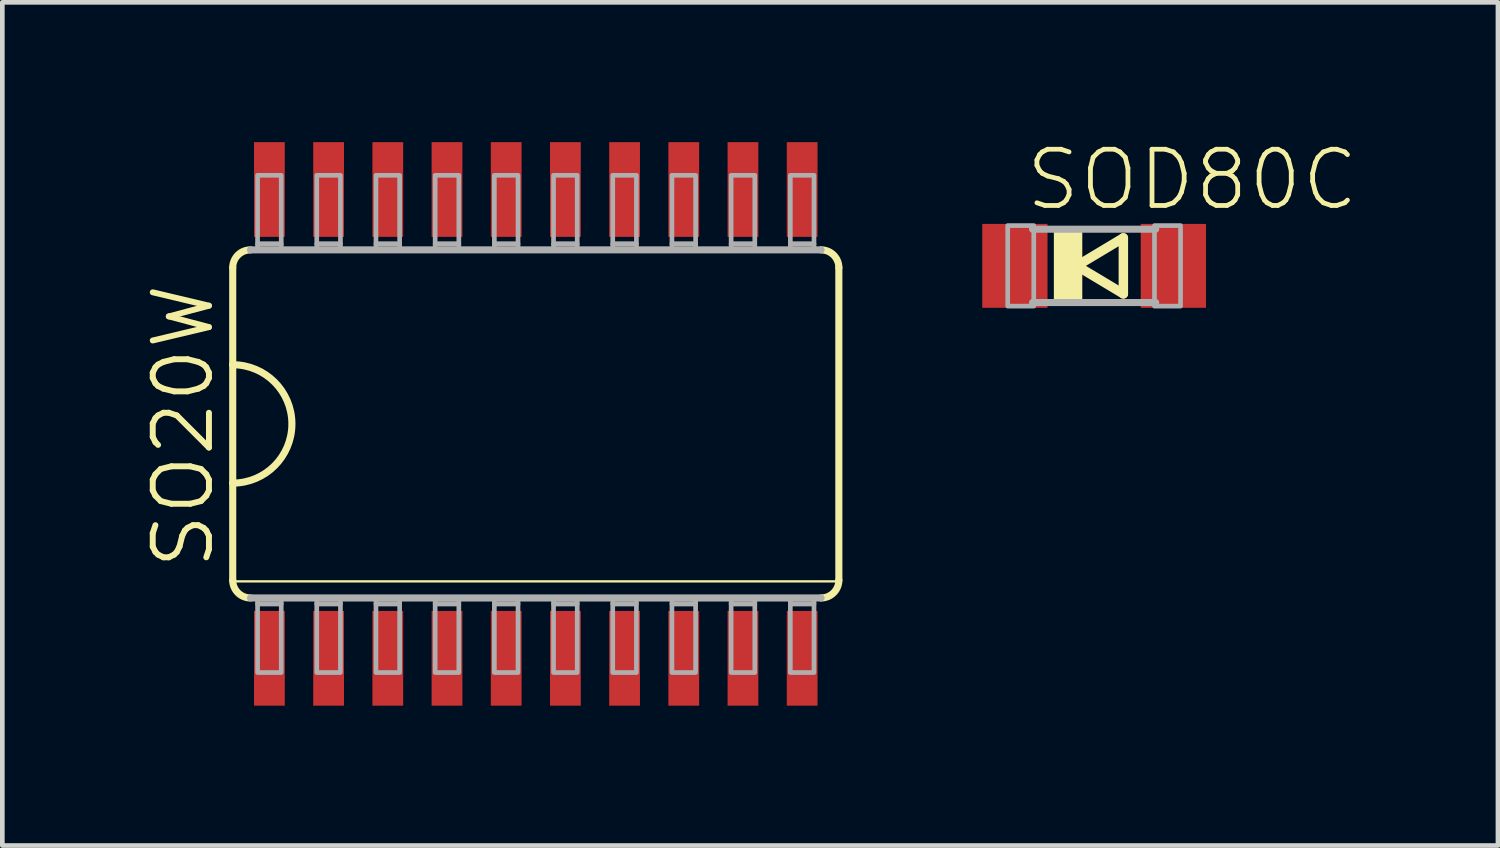
<source format=kicad_pcb>
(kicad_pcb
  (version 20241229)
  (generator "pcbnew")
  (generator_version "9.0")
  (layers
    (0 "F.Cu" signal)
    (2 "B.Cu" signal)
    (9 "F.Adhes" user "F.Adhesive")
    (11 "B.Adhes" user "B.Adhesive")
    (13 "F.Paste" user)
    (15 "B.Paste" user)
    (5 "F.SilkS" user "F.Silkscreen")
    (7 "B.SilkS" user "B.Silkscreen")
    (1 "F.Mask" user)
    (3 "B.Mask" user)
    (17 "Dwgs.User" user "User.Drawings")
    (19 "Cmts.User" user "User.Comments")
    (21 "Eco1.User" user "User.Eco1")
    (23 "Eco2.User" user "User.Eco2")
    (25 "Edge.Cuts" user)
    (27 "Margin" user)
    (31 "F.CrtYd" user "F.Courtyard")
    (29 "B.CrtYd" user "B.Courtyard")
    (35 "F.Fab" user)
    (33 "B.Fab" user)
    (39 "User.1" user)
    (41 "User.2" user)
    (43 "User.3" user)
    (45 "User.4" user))
  (footprint "SO20W"
    (layer "F.Cu")
    (at 8.445 6.045)
    (property "Reference" "SO20W" (at -6.858 3.175 90) (layer "F.SilkS") (effects (font (size 1.206 1.206) (thickness 0.127)) (justify left bottom)))
    (attr through_hole)
    (fp_line (start -6.502 -3.353) (end -6.502 -1.27) (stroke (width 0.152) (type solid)) (layer "F.SilkS"))
    (fp_line (start -6.502 -1.27) (end -6.502 1.27) (stroke (width 0.152) (type solid)) (layer "F.SilkS"))
    (fp_line (start -6.502 1.27) (end -6.502 3.353) (stroke (width 0.152) (type solid)) (layer "F.SilkS"))
    (fp_line (start -6.477 3.378) (end 6.477 3.378) (stroke (width 0.051) (type solid)) (layer "F.SilkS"))
    (fp_line (start 6.502 3.353) (end 6.502 -3.353) (stroke (width 0.152) (type solid)) (layer "F.SilkS"))
    (fp_arc (start -6.5024 -3.3528) (mid -6.390808 -3.622208) (end -6.1214 -3.7338) (stroke (width 0.1524) (type solid)) (layer "F.SilkS"))
    (fp_arc (start -6.5024 -1.27) (mid -5.2324 0) (end -6.5024 1.27) (stroke (width 0.1524) (type solid)) (layer "F.SilkS"))
    (fp_arc (start -6.1214 3.7338) (mid -6.390808 3.622208) (end -6.5024 3.3528) (stroke (width 0.1524) (type solid)) (layer "F.SilkS"))
    (fp_arc (start 6.1214 -3.7338) (mid 6.390808 -3.622208) (end 6.5024 -3.3528) (stroke (width 0.1524) (type solid)) (layer "F.SilkS"))
    (fp_arc (start 6.5024 3.3528) (mid 6.390808 3.622208) (end 6.1214 3.7338) (stroke (width 0.1524) (type solid)) (layer "F.SilkS"))
    (fp_line (start -6.121 3.734) (end 6.121 3.734) (stroke (width 0.152) (type solid)) (layer "F.Fab"))
    (fp_line (start 6.121 -3.734) (end -6.121 -3.734) (stroke (width 0.152) (type solid)) (layer "F.Fab"))
    (fp_poly (pts (xy -5.969 -3.861) (xy -5.461 -3.861) (xy -5.461 -5.334) (xy -5.969 -5.334)) (stroke (width 0.1) (type solid)) (fill no) (layer "F.Fab"))
    (fp_poly (pts (xy -5.969 -3.734) (xy -5.461 -3.734) (xy -5.461 -3.861) (xy -5.969 -3.861)) (stroke (width 0.1) (type solid)) (fill no) (layer "F.Fab"))
    (fp_poly (pts (xy -5.969 3.861) (xy -5.461 3.861) (xy -5.461 3.734) (xy -5.969 3.734)) (stroke (width 0.1) (type solid)) (fill no) (layer "F.Fab"))
    (fp_poly (pts (xy -5.969 5.334) (xy -5.461 5.334) (xy -5.461 3.861) (xy -5.969 3.861)) (stroke (width 0.1) (type solid)) (fill no) (layer "F.Fab"))
    (fp_poly (pts (xy -4.699 -3.861) (xy -4.191 -3.861) (xy -4.191 -5.334) (xy -4.699 -5.334)) (stroke (width 0.1) (type solid)) (fill no) (layer "F.Fab"))
    (fp_poly (pts (xy -4.699 -3.734) (xy -4.191 -3.734) (xy -4.191 -3.861) (xy -4.699 -3.861)) (stroke (width 0.1) (type solid)) (fill no) (layer "F.Fab"))
    (fp_poly (pts (xy -4.699 3.861) (xy -4.191 3.861) (xy -4.191 3.734) (xy -4.699 3.734)) (stroke (width 0.1) (type solid)) (fill no) (layer "F.Fab"))
    (fp_poly (pts (xy -4.699 5.334) (xy -4.191 5.334) (xy -4.191 3.861) (xy -4.699 3.861)) (stroke (width 0.1) (type solid)) (fill no) (layer "F.Fab"))
    (fp_poly (pts (xy -3.429 -3.861) (xy -2.921 -3.861) (xy -2.921 -5.334) (xy -3.429 -5.334)) (stroke (width 0.1) (type solid)) (fill no) (layer "F.Fab"))
    (fp_poly (pts (xy -3.429 -3.734) (xy -2.921 -3.734) (xy -2.921 -3.861) (xy -3.429 -3.861)) (stroke (width 0.1) (type solid)) (fill no) (layer "F.Fab"))
    (fp_poly (pts (xy -3.429 3.861) (xy -2.921 3.861) (xy -2.921 3.734) (xy -3.429 3.734)) (stroke (width 0.1) (type solid)) (fill no) (layer "F.Fab"))
    (fp_poly (pts (xy -3.429 5.334) (xy -2.921 5.334) (xy -2.921 3.861) (xy -3.429 3.861)) (stroke (width 0.1) (type solid)) (fill no) (layer "F.Fab"))
    (fp_poly (pts (xy -2.159 -3.861) (xy -1.651 -3.861) (xy -1.651 -5.334) (xy -2.159 -5.334)) (stroke (width 0.1) (type solid)) (fill no) (layer "F.Fab"))
    (fp_poly (pts (xy -2.159 -3.734) (xy -1.651 -3.734) (xy -1.651 -3.861) (xy -2.159 -3.861)) (stroke (width 0.1) (type solid)) (fill no) (layer "F.Fab"))
    (fp_poly (pts (xy -2.159 3.861) (xy -1.651 3.861) (xy -1.651 3.734) (xy -2.159 3.734)) (stroke (width 0.1) (type solid)) (fill no) (layer "F.Fab"))
    (fp_poly (pts (xy -2.159 5.334) (xy -1.651 5.334) (xy -1.651 3.861) (xy -2.159 3.861)) (stroke (width 0.1) (type solid)) (fill no) (layer "F.Fab"))
    (fp_poly (pts (xy -0.889 -3.861) (xy -0.381 -3.861) (xy -0.381 -5.334) (xy -0.889 -5.334)) (stroke (width 0.1) (type solid)) (fill no) (layer "F.Fab"))
    (fp_poly (pts (xy -0.889 -3.734) (xy -0.381 -3.734) (xy -0.381 -3.861) (xy -0.889 -3.861)) (stroke (width 0.1) (type solid)) (fill no) (layer "F.Fab"))
    (fp_poly (pts (xy -0.889 3.861) (xy -0.381 3.861) (xy -0.381 3.734) (xy -0.889 3.734)) (stroke (width 0.1) (type solid)) (fill no) (layer "F.Fab"))
    (fp_poly (pts (xy -0.889 5.334) (xy -0.381 5.334) (xy -0.381 3.861) (xy -0.889 3.861)) (stroke (width 0.1) (type solid)) (fill no) (layer "F.Fab"))
    (fp_poly (pts (xy 0.381 -3.861) (xy 0.889 -3.861) (xy 0.889 -5.334) (xy 0.381 -5.334)) (stroke (width 0.1) (type solid)) (fill no) (layer "F.Fab"))
    (fp_poly (pts (xy 0.381 -3.734) (xy 0.889 -3.734) (xy 0.889 -3.861) (xy 0.381 -3.861)) (stroke (width 0.1) (type solid)) (fill no) (layer "F.Fab"))
    (fp_poly (pts (xy 0.381 3.861) (xy 0.889 3.861) (xy 0.889 3.734) (xy 0.381 3.734)) (stroke (width 0.1) (type solid)) (fill no) (layer "F.Fab"))
    (fp_poly (pts (xy 0.381 5.334) (xy 0.889 5.334) (xy 0.889 3.861) (xy 0.381 3.861)) (stroke (width 0.1) (type solid)) (fill no) (layer "F.Fab"))
    (fp_poly (pts (xy 1.651 -3.861) (xy 2.159 -3.861) (xy 2.159 -5.334) (xy 1.651 -5.334)) (stroke (width 0.1) (type solid)) (fill no) (layer "F.Fab"))
    (fp_poly (pts (xy 1.651 -3.734) (xy 2.159 -3.734) (xy 2.159 -3.861) (xy 1.651 -3.861)) (stroke (width 0.1) (type solid)) (fill no) (layer "F.Fab"))
    (fp_poly (pts (xy 1.651 3.861) (xy 2.159 3.861) (xy 2.159 3.734) (xy 1.651 3.734)) (stroke (width 0.1) (type solid)) (fill no) (layer "F.Fab"))
    (fp_poly (pts (xy 1.651 5.334) (xy 2.159 5.334) (xy 2.159 3.861) (xy 1.651 3.861)) (stroke (width 0.1) (type solid)) (fill no) (layer "F.Fab"))
    (fp_poly (pts (xy 2.921 -3.861) (xy 3.429 -3.861) (xy 3.429 -5.334) (xy 2.921 -5.334)) (stroke (width 0.1) (type solid)) (fill no) (layer "F.Fab"))
    (fp_poly (pts (xy 2.921 -3.734) (xy 3.429 -3.734) (xy 3.429 -3.861) (xy 2.921 -3.861)) (stroke (width 0.1) (type solid)) (fill no) (layer "F.Fab"))
    (fp_poly (pts (xy 2.921 3.861) (xy 3.429 3.861) (xy 3.429 3.734) (xy 2.921 3.734)) (stroke (width 0.1) (type solid)) (fill no) (layer "F.Fab"))
    (fp_poly (pts (xy 2.921 5.334) (xy 3.429 5.334) (xy 3.429 3.861) (xy 2.921 3.861)) (stroke (width 0.1) (type solid)) (fill no) (layer "F.Fab"))
    (fp_poly (pts (xy 4.191 -3.861) (xy 4.699 -3.861) (xy 4.699 -5.334) (xy 4.191 -5.334)) (stroke (width 0.1) (type solid)) (fill no) (layer "F.Fab"))
    (fp_poly (pts (xy 4.191 -3.734) (xy 4.699 -3.734) (xy 4.699 -3.861) (xy 4.191 -3.861)) (stroke (width 0.1) (type solid)) (fill no) (layer "F.Fab"))
    (fp_poly (pts (xy 4.191 3.861) (xy 4.699 3.861) (xy 4.699 3.734) (xy 4.191 3.734)) (stroke (width 0.1) (type solid)) (fill no) (layer "F.Fab"))
    (fp_poly (pts (xy 4.191 5.334) (xy 4.699 5.334) (xy 4.699 3.861) (xy 4.191 3.861)) (stroke (width 0.1) (type solid)) (fill no) (layer "F.Fab"))
    (fp_poly (pts (xy 5.461 -3.861) (xy 5.969 -3.861) (xy 5.969 -5.334) (xy 5.461 -5.334)) (stroke (width 0.1) (type solid)) (fill no) (layer "F.Fab"))
    (fp_poly (pts (xy 5.461 -3.734) (xy 5.969 -3.734) (xy 5.969 -3.861) (xy 5.461 -3.861)) (stroke (width 0.1) (type solid)) (fill no) (layer "F.Fab"))
    (fp_poly (pts (xy 5.461 3.861) (xy 5.969 3.861) (xy 5.969 3.734) (xy 5.461 3.734)) (stroke (width 0.1) (type solid)) (fill no) (layer "F.Fab"))
    (fp_poly (pts (xy 5.461 5.334) (xy 5.969 5.334) (xy 5.969 3.861) (xy 5.461 3.861)) (stroke (width 0.1) (type solid)) (fill no) (layer "F.Fab"))
    (pad "1" smd rect (at -5.715 5.029) (size 0.66 2.032) (layers "F.Cu" "F.Mask" "F.Paste"))
    (pad "2" smd rect (at -4.445 5.029) (size 0.66 2.032) (layers "F.Cu" "F.Mask" "F.Paste"))
    (pad "3" smd rect (at -3.175 5.029) (size 0.66 2.032) (layers "F.Cu" "F.Mask" "F.Paste"))
    (pad "4" smd rect (at -1.905 5.029) (size 0.66 2.032) (layers "F.Cu" "F.Mask" "F.Paste"))
    (pad "5" smd rect (at -0.635 5.029) (size 0.66 2.032) (layers "F.Cu" "F.Mask" "F.Paste"))
    (pad "6" smd rect (at 0.635 5.029) (size 0.66 2.032) (layers "F.Cu" "F.Mask" "F.Paste"))
    (pad "7" smd rect (at 1.905 5.029) (size 0.66 2.032) (layers "F.Cu" "F.Mask" "F.Paste"))
    (pad "8" smd rect (at 3.175 5.029) (size 0.66 2.032) (layers "F.Cu" "F.Mask" "F.Paste"))
    (pad "9" smd rect (at 4.445 5.029) (size 0.66 2.032) (layers "F.Cu" "F.Mask" "F.Paste"))
    (pad "10" smd rect (at 5.715 5.029) (size 0.66 2.032) (layers "F.Cu" "F.Mask" "F.Paste"))
    (pad "11" smd rect (at 5.715 -5.029) (size 0.66 2.032) (layers "F.Cu" "F.Mask" "F.Paste"))
    (pad "12" smd rect (at 4.445 -5.029) (size 0.66 2.032) (layers "F.Cu" "F.Mask" "F.Paste"))
    (pad "13" smd rect (at 3.175 -5.029) (size 0.66 2.032) (layers "F.Cu" "F.Mask" "F.Paste"))
    (pad "14" smd rect (at 1.905 -5.029) (size 0.66 2.032) (layers "F.Cu" "F.Mask" "F.Paste"))
    (pad "15" smd rect (at 0.635 -5.029) (size 0.66 2.032) (layers "F.Cu" "F.Mask" "F.Paste"))
    (pad "16" smd rect (at -0.635 -5.029) (size 0.66 2.032) (layers "F.Cu" "F.Mask" "F.Paste"))
    (pad "17" smd rect (at -1.905 -5.029) (size 0.66 2.032) (layers "F.Cu" "F.Mask" "F.Paste"))
    (pad "18" smd rect (at -3.175 -5.029) (size 0.66 2.032) (layers "F.Cu" "F.Mask" "F.Paste"))
    (pad "19" smd rect (at -4.445 -5.029) (size 0.66 2.032) (layers "F.Cu" "F.Mask" "F.Paste"))
    (pad "20" smd rect (at -5.715 -5.029) (size 0.66 2.032) (layers "F.Cu" "F.Mask" "F.Paste")))
  (footprint "SOD80C"
    (layer "F.Cu")
    (at 20.424 2.654)
    (property "Reference" "SOD80C" (at -1.524 -1.143 0) (layer "F.SilkS") (effects (font (size 1.206 1.206) (thickness 0.102)) (justify left bottom)))
    (attr through_hole)
    (fp_line (start -0.373 0) (end 0.627 0.6) (stroke (width 0.203) (type solid)) (layer "F.SilkS"))
    (fp_line (start 0.627 -0.6) (end -0.373 0) (stroke (width 0.203) (type solid)) (layer "F.SilkS"))
    (fp_line (start 0.627 0.6) (end 0.627 -0.6) (stroke (width 0.203) (type solid)) (layer "F.SilkS"))
    (fp_poly (pts (xy -0.864 0.787) (xy -0.254 0.787) (xy -0.254 -0.787) (xy -0.864 -0.787)) (stroke (width 0) (type solid)) (fill yes) (layer "F.SilkS"))
    (fp_line (start 1.321 -0.787) (end -1.321 -0.787) (stroke (width 0.152) (type solid)) (layer "F.Fab"))
    (fp_line (start 1.321 0.787) (end -1.321 0.787) (stroke (width 0.152) (type solid)) (layer "F.Fab"))
    (fp_poly (pts (xy -1.854 0.864) (xy -1.295 0.864) (xy -1.295 -0.864) (xy -1.854 -0.864)) (stroke (width 0.1) (type solid)) (fill no) (layer "F.Fab"))
    (fp_poly (pts (xy 1.295 0.864) (xy 1.854 0.864) (xy 1.854 -0.864) (xy 1.295 -0.864)) (stroke (width 0.1) (type solid)) (fill no) (layer "F.Fab"))
    (pad "A" smd rect (at 1.7 0) (size 1.4 1.8) (layers "F.Cu" "F.Mask" "F.Paste"))
    (pad "C" smd rect (at -1.7 0) (size 1.4 1.8) (layers "F.Cu" "F.Mask" "F.Paste")))
  (gr_rect
    (start -3 -3)
    (end 29.088 15.09)
    (stroke (width 0.1) (type default))
    (fill no)
    (layer "Edge.Cuts")))
</source>
